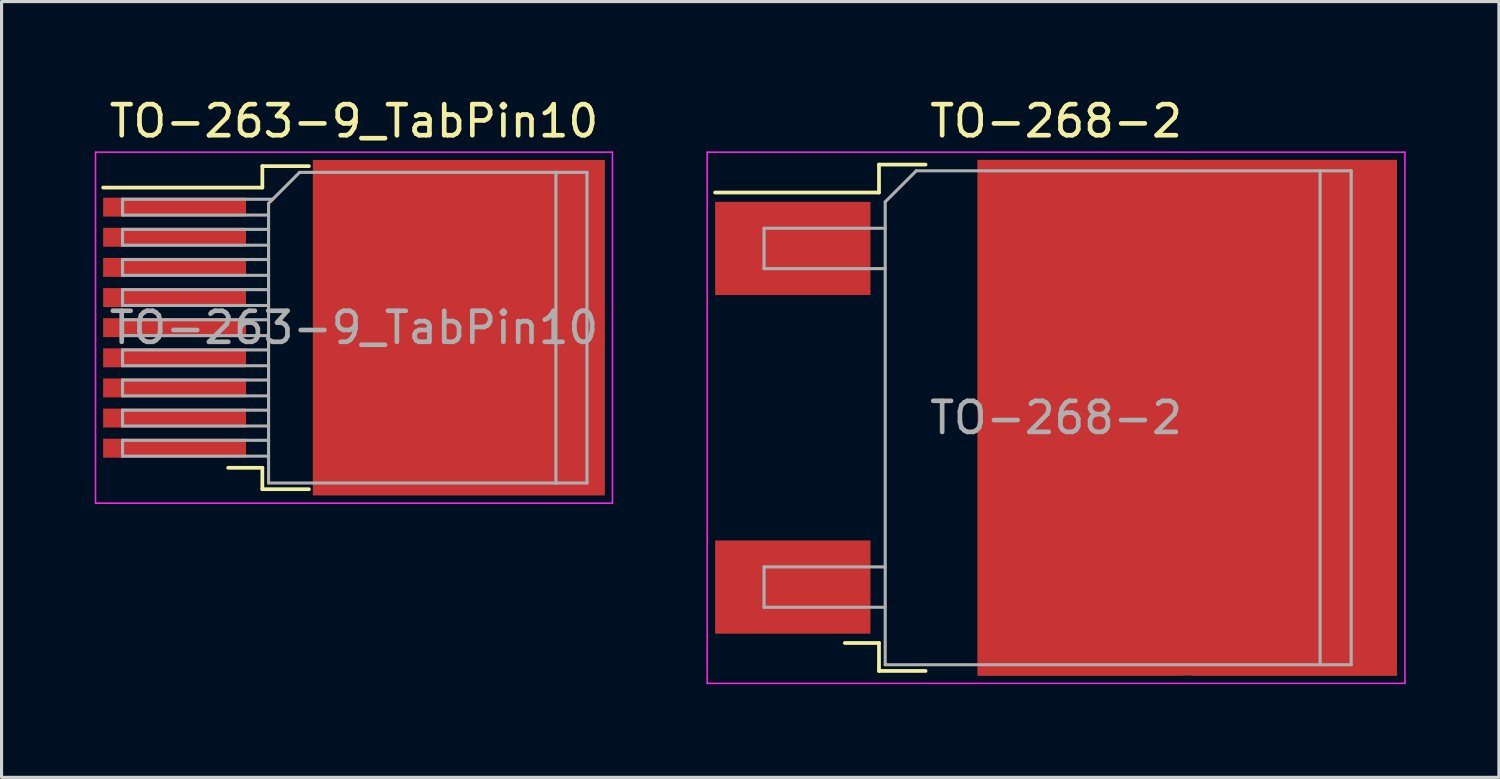
<source format=kicad_pcb>
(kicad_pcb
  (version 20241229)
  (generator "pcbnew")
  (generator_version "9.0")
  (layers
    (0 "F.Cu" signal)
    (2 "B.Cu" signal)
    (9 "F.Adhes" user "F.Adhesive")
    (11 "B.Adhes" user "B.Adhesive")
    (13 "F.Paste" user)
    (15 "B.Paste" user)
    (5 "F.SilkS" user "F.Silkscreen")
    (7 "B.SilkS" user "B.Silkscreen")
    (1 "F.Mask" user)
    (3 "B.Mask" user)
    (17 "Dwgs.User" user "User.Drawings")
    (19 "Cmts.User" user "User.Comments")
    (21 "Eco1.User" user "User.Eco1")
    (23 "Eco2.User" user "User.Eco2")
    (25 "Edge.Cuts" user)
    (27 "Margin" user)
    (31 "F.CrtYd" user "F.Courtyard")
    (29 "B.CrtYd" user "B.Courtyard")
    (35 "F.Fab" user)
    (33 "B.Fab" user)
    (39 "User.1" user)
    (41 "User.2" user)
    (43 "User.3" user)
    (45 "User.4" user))
  (footprint "TO-268-2"
    (layer "F.Cu")
    (at 30.945 10.398)
    (property "Reference" "TO-268-2" (at 0 -9.55 0) (layer "F.SilkS") (effects (font (size 1 1) (thickness 0.15))))
    (attr smd)
    (fp_line (start -5.7 -8.15) (end -5.7 -7.25) (stroke (width 0.12) (type solid)) (layer "F.SilkS"))
    (fp_line (start -5.7 -7.25) (end -10.975 -7.25) (stroke (width 0.12) (type solid)) (layer "F.SilkS"))
    (fp_line (start -5.7 7.25) (end -6.8 7.25) (stroke (width 0.12) (type solid)) (layer "F.SilkS"))
    (fp_line (start -5.7 8.15) (end -5.7 7.25) (stroke (width 0.12) (type solid)) (layer "F.SilkS"))
    (fp_line (start -4.2 -8.15) (end -5.7 -8.15) (stroke (width 0.12) (type solid)) (layer "F.SilkS"))
    (fp_line (start -4.2 8.15) (end -5.7 8.15) (stroke (width 0.12) (type solid)) (layer "F.SilkS"))
    (fp_line (start -11.23 -8.55) (end -11.23 8.55) (stroke (width 0.05) (type solid)) (layer "F.CrtYd"))
    (fp_line (start -11.23 8.55) (end 11.23 8.55) (stroke (width 0.05) (type solid)) (layer "F.CrtYd"))
    (fp_line (start 11.23 -8.55) (end -11.23 -8.55) (stroke (width 0.05) (type solid)) (layer "F.CrtYd"))
    (fp_line (start 11.23 8.55) (end 11.23 -8.55) (stroke (width 0.05) (type solid)) (layer "F.CrtYd"))
    (fp_line (start -9.4 -6.1) (end -9.4 -4.8) (stroke (width 0.1) (type solid)) (layer "F.Fab"))
    (fp_line (start -9.4 -4.8) (end -5.5 -4.8) (stroke (width 0.1) (type solid)) (layer "F.Fab"))
    (fp_line (start -9.4 4.8) (end -9.4 6.1) (stroke (width 0.1) (type solid)) (layer "F.Fab"))
    (fp_line (start -9.4 6.1) (end -5.5 6.1) (stroke (width 0.1) (type solid)) (layer "F.Fab"))
    (fp_line (start -5.5 -6.95) (end -4.5 -7.95) (stroke (width 0.1) (type solid)) (layer "F.Fab"))
    (fp_line (start -5.5 -6.1) (end -9.4 -6.1) (stroke (width 0.1) (type solid)) (layer "F.Fab"))
    (fp_line (start -5.5 4.8) (end -9.4 4.8) (stroke (width 0.1) (type solid)) (layer "F.Fab"))
    (fp_line (start -5.5 7.95) (end -5.5 -6.95) (stroke (width 0.1) (type solid)) (layer "F.Fab"))
    (fp_line (start -4.5 -7.95) (end 8.5 -7.95) (stroke (width 0.1) (type solid)) (layer "F.Fab"))
    (fp_line (start 8.5 -7.95) (end 8.5 7.95) (stroke (width 0.1) (type solid)) (layer "F.Fab"))
    (fp_line (start 8.5 -7.95) (end 9.5 -7.95) (stroke (width 0.1) (type solid)) (layer "F.Fab"))
    (fp_line (start 8.5 7.95) (end -5.5 7.95) (stroke (width 0.1) (type solid)) (layer "F.Fab"))
    (fp_line (start 9.5 -7.95) (end 9.5 7.95) (stroke (width 0.1) (type solid)) (layer "F.Fab"))
    (fp_line (start 9.5 7.95) (end 8.5 7.95) (stroke (width 0.1) (type solid)) (layer "F.Fab"))
    (fp_text user "${REFERENCE}" (at 0 0 0) (layer "F.Fab") (effects (font (size 1 1) (thickness 0.15))))
    (pad "1" smd rect (at -8.475 -5.45) (size 5 3) (layers "F.Cu" "F.Mask" "F.Paste"))
    (pad "2" smd rect (at 0.775 -4.225) (size 6.6 8.15) (layers "F.Cu" "F.Paste"))
    (pad "2" smd rect (at 0.775 4.225) (size 6.6 8.15) (layers "F.Cu" "F.Paste"))
    (pad "2" smd rect (at 4.225 0) (size 13.5 16.6) (layers "F.Cu" "F.Mask"))
    (pad "2" smd rect (at 7.675 -4.225) (size 6.6 8.15) (layers "F.Cu" "F.Paste"))
    (pad "2" smd rect (at 7.675 4.225) (size 6.6 8.15) (layers "F.Cu" "F.Paste"))
    (pad "3" smd rect (at -8.475 5.45) (size 5 3) (layers "F.Cu" "F.Mask" "F.Paste")))
  (footprint "TO-263-9_TabPin10"
    (layer "F.Cu")
    (at 8.345 7.498)
    (property "Reference" "TO-263-9_TabPin10" (at 0 -6.65 0) (layer "F.SilkS") (effects (font (size 1 1) (thickness 0.15))))
    (attr smd)
    (fp_line (start -2.95 -5.2) (end -2.95 -4.51) (stroke (width 0.12) (type solid)) (layer "F.SilkS"))
    (fp_line (start -2.95 -4.51) (end -8.075 -4.51) (stroke (width 0.12) (type solid)) (layer "F.SilkS"))
    (fp_line (start -2.95 4.51) (end -4.05 4.51) (stroke (width 0.12) (type solid)) (layer "F.SilkS"))
    (fp_line (start -2.95 5.2) (end -2.95 4.51) (stroke (width 0.12) (type solid)) (layer "F.SilkS"))
    (fp_line (start -1.45 -5.2) (end -2.95 -5.2) (stroke (width 0.12) (type solid)) (layer "F.SilkS"))
    (fp_line (start -1.45 5.2) (end -2.95 5.2) (stroke (width 0.12) (type solid)) (layer "F.SilkS"))
    (fp_line (start -8.32 -5.65) (end -8.32 5.65) (stroke (width 0.05) (type solid)) (layer "F.CrtYd"))
    (fp_line (start -8.32 5.65) (end 8.32 5.65) (stroke (width 0.05) (type solid)) (layer "F.CrtYd"))
    (fp_line (start 8.32 -5.65) (end -8.32 -5.65) (stroke (width 0.05) (type solid)) (layer "F.CrtYd"))
    (fp_line (start 8.32 5.65) (end 8.32 -5.65) (stroke (width 0.05) (type solid)) (layer "F.CrtYd"))
    (fp_line (start -7.45 -4.135) (end -7.45 -3.625) (stroke (width 0.1) (type solid)) (layer "F.Fab"))
    (fp_line (start -7.45 -3.625) (end -2.75 -3.625) (stroke (width 0.1) (type solid)) (layer "F.Fab"))
    (fp_line (start -7.45 -3.165) (end -7.45 -2.655) (stroke (width 0.1) (type solid)) (layer "F.Fab"))
    (fp_line (start -7.45 -2.655) (end -2.75 -2.655) (stroke (width 0.1) (type solid)) (layer "F.Fab"))
    (fp_line (start -7.45 -2.195) (end -7.45 -1.685) (stroke (width 0.1) (type solid)) (layer "F.Fab"))
    (fp_line (start -7.45 -1.685) (end -2.75 -1.685) (stroke (width 0.1) (type solid)) (layer "F.Fab"))
    (fp_line (start -7.45 -1.225) (end -7.45 -0.715) (stroke (width 0.1) (type solid)) (layer "F.Fab"))
    (fp_line (start -7.45 -0.715) (end -2.75 -0.715) (stroke (width 0.1) (type solid)) (layer "F.Fab"))
    (fp_line (start -7.45 -0.255) (end -7.45 0.255) (stroke (width 0.1) (type solid)) (layer "F.Fab"))
    (fp_line (start -7.45 0.255) (end -2.75 0.255) (stroke (width 0.1) (type solid)) (layer "F.Fab"))
    (fp_line (start -7.45 0.715) (end -7.45 1.225) (stroke (width 0.1) (type solid)) (layer "F.Fab"))
    (fp_line (start -7.45 1.225) (end -2.75 1.225) (stroke (width 0.1) (type solid)) (layer "F.Fab"))
    (fp_line (start -7.45 1.685) (end -7.45 2.195) (stroke (width 0.1) (type solid)) (layer "F.Fab"))
    (fp_line (start -7.45 2.195) (end -2.75 2.195) (stroke (width 0.1) (type solid)) (layer "F.Fab"))
    (fp_line (start -7.45 2.655) (end -7.45 3.165) (stroke (width 0.1) (type solid)) (layer "F.Fab"))
    (fp_line (start -7.45 3.165) (end -2.75 3.165) (stroke (width 0.1) (type solid)) (layer "F.Fab"))
    (fp_line (start -7.45 3.625) (end -7.45 4.135) (stroke (width 0.1) (type solid)) (layer "F.Fab"))
    (fp_line (start -7.45 4.135) (end -2.75 4.135) (stroke (width 0.1) (type solid)) (layer "F.Fab"))
    (fp_line (start -2.75 -4) (end -1.75 -5) (stroke (width 0.1) (type solid)) (layer "F.Fab"))
    (fp_line (start -2.75 -3.165) (end -7.45 -3.165) (stroke (width 0.1) (type solid)) (layer "F.Fab"))
    (fp_line (start -2.75 -2.195) (end -7.45 -2.195) (stroke (width 0.1) (type solid)) (layer "F.Fab"))
    (fp_line (start -2.75 -1.225) (end -7.45 -1.225) (stroke (width 0.1) (type solid)) (layer "F.Fab"))
    (fp_line (start -2.75 -0.255) (end -7.45 -0.255) (stroke (width 0.1) (type solid)) (layer "F.Fab"))
    (fp_line (start -2.75 0.715) (end -7.45 0.715) (stroke (width 0.1) (type solid)) (layer "F.Fab"))
    (fp_line (start -2.75 1.685) (end -7.45 1.685) (stroke (width 0.1) (type solid)) (layer "F.Fab"))
    (fp_line (start -2.75 2.655) (end -7.45 2.655) (stroke (width 0.1) (type solid)) (layer "F.Fab"))
    (fp_line (start -2.75 3.625) (end -7.45 3.625) (stroke (width 0.1) (type solid)) (layer "F.Fab"))
    (fp_line (start -2.75 5) (end -2.75 -4) (stroke (width 0.1) (type solid)) (layer "F.Fab"))
    (fp_line (start -2.615 -4.135) (end -7.45 -4.135) (stroke (width 0.1) (type solid)) (layer "F.Fab"))
    (fp_line (start -1.75 -5) (end 6.5 -5) (stroke (width 0.1) (type solid)) (layer "F.Fab"))
    (fp_line (start 6.5 -5) (end 6.5 5) (stroke (width 0.1) (type solid)) (layer "F.Fab"))
    (fp_line (start 6.5 -5) (end 7.5 -5) (stroke (width 0.1) (type solid)) (layer "F.Fab"))
    (fp_line (start 6.5 5) (end -2.75 5) (stroke (width 0.1) (type solid)) (layer "F.Fab"))
    (fp_line (start 7.5 -5) (end 7.5 5) (stroke (width 0.1) (type solid)) (layer "F.Fab"))
    (fp_line (start 7.5 5) (end 6.5 5) (stroke (width 0.1) (type solid)) (layer "F.Fab"))
    (fp_text user "${REFERENCE}" (at 0 0 0) (layer "F.Fab") (effects (font (size 1 1) (thickness 0.15))))
    (pad "" smd rect (at 0.95 -2.775) (size 4.55 5.25) (layers "F.Paste"))
    (pad "" smd rect (at 0.95 2.775) (size 4.55 5.25) (layers "F.Paste"))
    (pad "" smd rect (at 5.8 -2.775) (size 4.55 5.25) (layers "F.Paste"))
    (pad "" smd rect (at 5.8 2.775) (size 4.55 5.25) (layers "F.Paste"))
    (pad "1" smd rect (at -5.775 -3.88) (size 4.6 0.61) (layers "F.Cu" "F.Mask" "F.Paste"))
    (pad "2" smd rect (at -5.775 -2.91) (size 4.6 0.61) (layers "F.Cu" "F.Mask" "F.Paste"))
    (pad "3" smd rect (at -5.775 -1.94) (size 4.6 0.61) (layers "F.Cu" "F.Mask" "F.Paste"))
    (pad "4" smd rect (at -5.775 -0.97) (size 4.6 0.61) (layers "F.Cu" "F.Mask" "F.Paste"))
    (pad "5" smd rect (at -5.775 0) (size 4.6 0.61) (layers "F.Cu" "F.Mask" "F.Paste"))
    (pad "6" smd rect (at -5.775 0.97) (size 4.6 0.61) (layers "F.Cu" "F.Mask" "F.Paste"))
    (pad "7" smd rect (at -5.775 1.94) (size 4.6 0.61) (layers "F.Cu" "F.Mask" "F.Paste"))
    (pad "8" smd rect (at -5.775 2.91) (size 4.6 0.61) (layers "F.Cu" "F.Mask" "F.Paste"))
    (pad "9" smd rect (at -5.775 3.88) (size 4.6 0.61) (layers "F.Cu" "F.Mask" "F.Paste"))
    (pad "10" smd rect (at 3.375 0) (size 9.4 10.8) (layers "F.Cu" "F.Mask")))
  (gr_rect
    (start -3 -3)
    (end 45.2 21.973)
    (stroke (width 0.1) (type default))
    (fill no)
    (layer "Edge.Cuts")))
</source>
